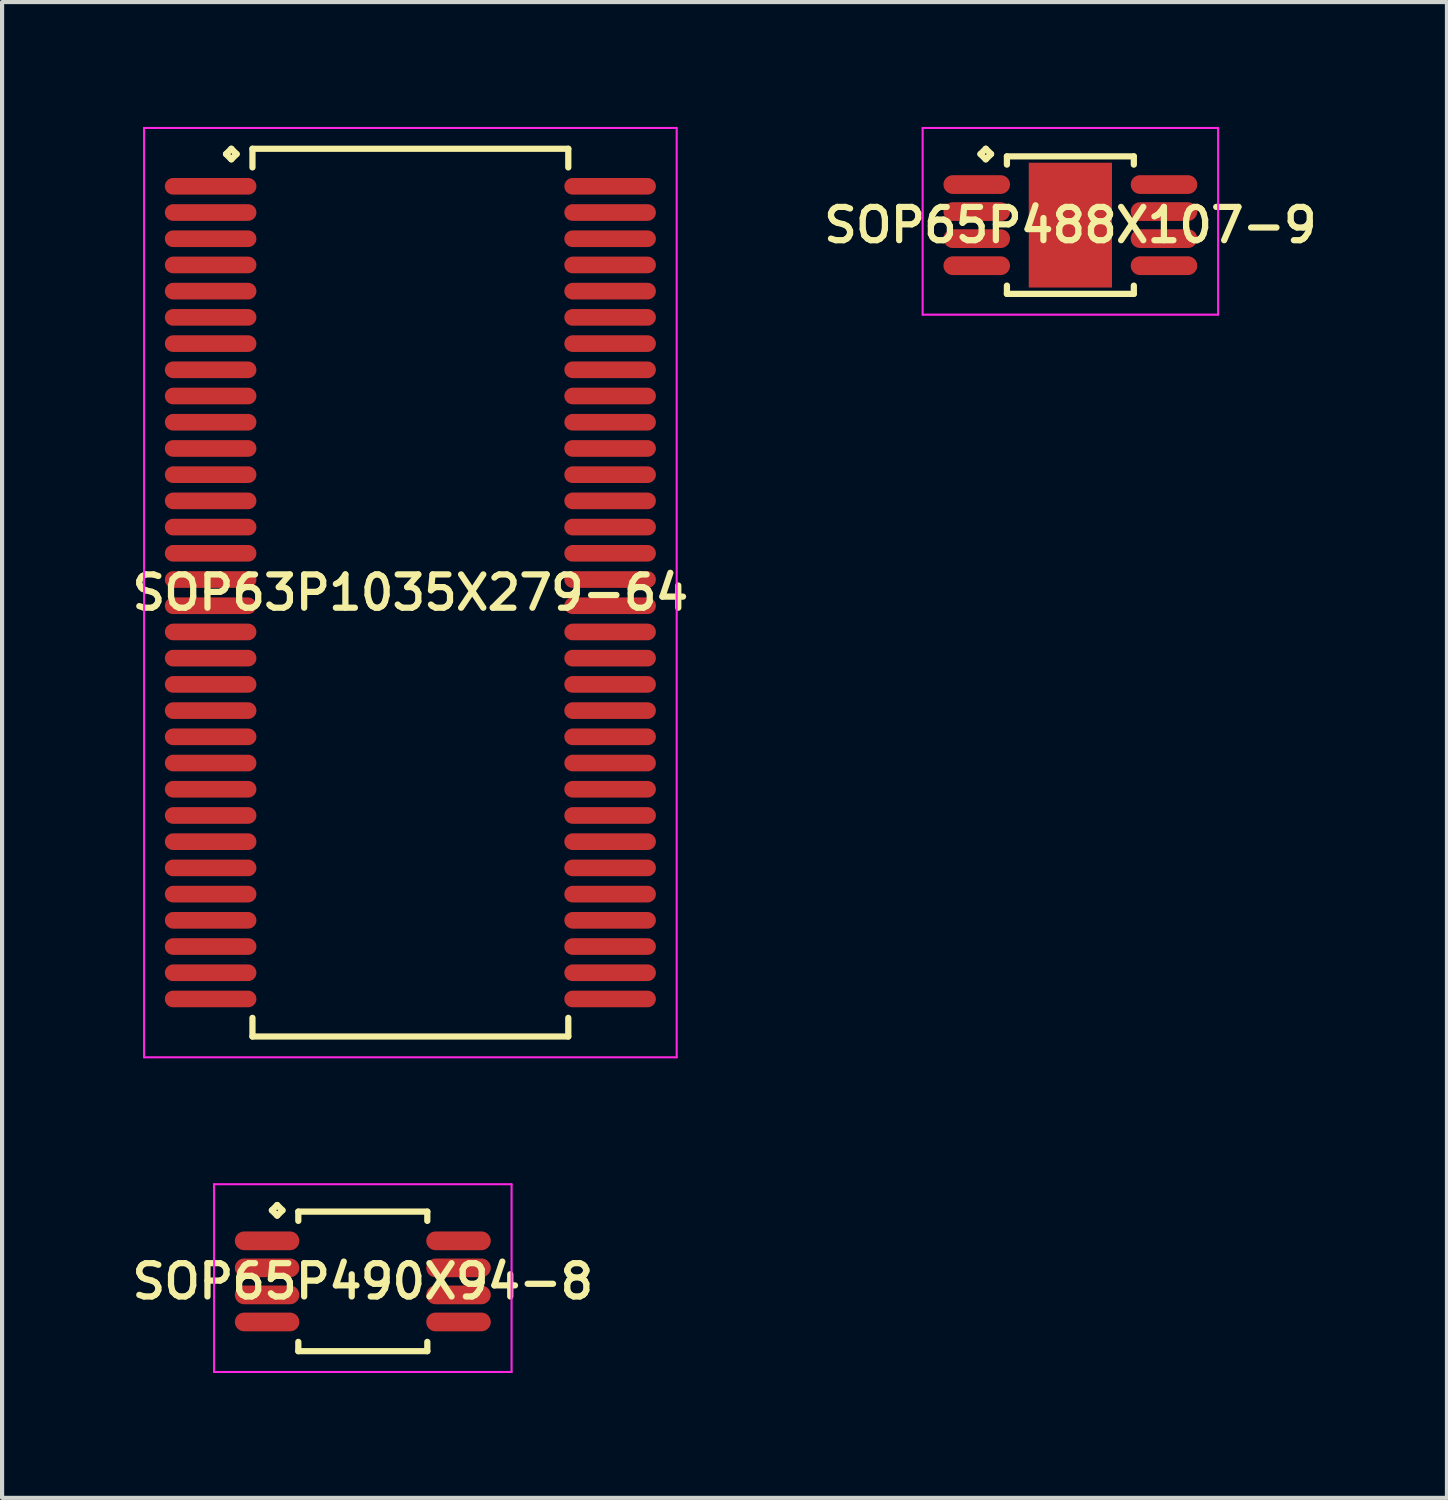
<source format=kicad_pcb>
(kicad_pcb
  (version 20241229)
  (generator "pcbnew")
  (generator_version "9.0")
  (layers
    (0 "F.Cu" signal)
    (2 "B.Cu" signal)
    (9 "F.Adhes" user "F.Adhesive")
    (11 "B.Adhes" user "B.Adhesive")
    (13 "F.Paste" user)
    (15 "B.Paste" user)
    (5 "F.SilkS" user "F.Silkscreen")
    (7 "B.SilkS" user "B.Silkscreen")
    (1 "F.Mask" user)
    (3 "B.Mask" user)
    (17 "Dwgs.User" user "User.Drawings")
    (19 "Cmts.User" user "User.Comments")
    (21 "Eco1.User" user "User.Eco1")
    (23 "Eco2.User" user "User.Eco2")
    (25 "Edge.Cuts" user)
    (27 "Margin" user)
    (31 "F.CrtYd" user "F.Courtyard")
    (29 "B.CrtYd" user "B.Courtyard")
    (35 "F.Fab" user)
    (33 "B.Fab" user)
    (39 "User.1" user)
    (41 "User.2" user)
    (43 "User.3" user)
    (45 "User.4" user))
  (footprint "SOP65P490X94-8"
    (layer "F.Cu")
    (at 5.669 27.744)
    (property "Reference" "SOP65P490X94-8" (at 0 0 0) (layer "F.SilkS") (effects (font (size 0.8 0.8) (thickness 0.15))))
    (attr smd)
    (fp_line (start -2.185 -1.708) (end -2.058 -1.835) (stroke (width 0.15) (type solid)) (layer "F.SilkS"))
    (fp_line (start -2.058 -1.835) (end -1.931 -1.708) (stroke (width 0.15) (type solid)) (layer "F.SilkS"))
    (fp_line (start -2.058 -1.581) (end -2.185 -1.708) (stroke (width 0.15) (type solid)) (layer "F.SilkS"))
    (fp_line (start -1.931 -1.708) (end -2.058 -1.581) (stroke (width 0.15) (type solid)) (layer "F.SilkS"))
    (fp_line (start -1.55 -1.677) (end 1.55 -1.677) (stroke (width 0.15) (type solid)) (layer "F.SilkS"))
    (fp_line (start -1.55 -1.454) (end -1.55 -1.677) (stroke (width 0.15) (type solid)) (layer "F.SilkS"))
    (fp_line (start -1.55 1.454) (end -1.55 1.677) (stroke (width 0.15) (type solid)) (layer "F.SilkS"))
    (fp_line (start -1.55 1.677) (end 1.55 1.677) (stroke (width 0.15) (type solid)) (layer "F.SilkS"))
    (fp_line (start 1.55 -1.677) (end 1.55 -1.454) (stroke (width 0.15) (type solid)) (layer "F.SilkS"))
    (fp_line (start 1.55 1.677) (end 1.55 1.454) (stroke (width 0.15) (type solid)) (layer "F.SilkS"))
    (fp_line (start -3.575 -2.335) (end 3.575 -2.335) (stroke (width 0.05) (type solid)) (layer "F.CrtYd"))
    (fp_line (start -3.575 2.177) (end -3.575 -2.335) (stroke (width 0.05) (type solid)) (layer "F.CrtYd"))
    (fp_line (start 3.575 -2.335) (end 3.575 2.177) (stroke (width 0.05) (type solid)) (layer "F.CrtYd"))
    (fp_line (start 3.575 2.177) (end -3.575 2.177) (stroke (width 0.05) (type solid)) (layer "F.CrtYd"))
    (pad "1" smd oval (at -2.3 -0.975) (size 1.55 0.45) (layers "F.Cu" "F.Mask" "F.Paste"))
    (pad "2" smd oval (at -2.3 -0.325) (size 1.55 0.45) (layers "F.Cu" "F.Mask" "F.Paste"))
    (pad "3" smd oval (at -2.3 0.325) (size 1.55 0.45) (layers "F.Cu" "F.Mask" "F.Paste"))
    (pad "4" smd oval (at -2.3 0.975) (size 1.55 0.45) (layers "F.Cu" "F.Mask" "F.Paste"))
    (pad "5" smd oval (at 2.3 0.975) (size 1.55 0.45) (layers "F.Cu" "F.Mask" "F.Paste"))
    (pad "6" smd oval (at 2.3 0.325) (size 1.55 0.45) (layers "F.Cu" "F.Mask" "F.Paste"))
    (pad "7" smd oval (at 2.3 -0.325) (size 1.55 0.45) (layers "F.Cu" "F.Mask" "F.Paste"))
    (pad "8" smd oval (at 2.3 -0.975) (size 1.55 0.45) (layers "F.Cu" "F.Mask" "F.Paste")))
  (footprint "SOP65P488X107-9"
    (layer "F.Cu")
    (at 22.673 2.36)
    (property "Reference" "SOP65P488X107-9" (at 0 0 0) (layer "F.SilkS") (effects (font (size 0.8 0.8) (thickness 0.15))))
    (attr smd)
    (fp_line (start -2.16 -1.708) (end -2.033 -1.835) (stroke (width 0.15) (type solid)) (layer "F.SilkS"))
    (fp_line (start -2.033 -1.835) (end -1.906 -1.708) (stroke (width 0.15) (type solid)) (layer "F.SilkS"))
    (fp_line (start -2.033 -1.581) (end -2.16 -1.708) (stroke (width 0.15) (type solid)) (layer "F.SilkS"))
    (fp_line (start -1.906 -1.708) (end -2.033 -1.581) (stroke (width 0.15) (type solid)) (layer "F.SilkS"))
    (fp_line (start -1.525 -1.652) (end 1.525 -1.652) (stroke (width 0.15) (type solid)) (layer "F.SilkS"))
    (fp_line (start -1.525 -1.454) (end -1.525 -1.652) (stroke (width 0.15) (type solid)) (layer "F.SilkS"))
    (fp_line (start -1.525 1.454) (end -1.525 1.652) (stroke (width 0.15) (type solid)) (layer "F.SilkS"))
    (fp_line (start -1.525 1.652) (end 1.525 1.652) (stroke (width 0.15) (type solid)) (layer "F.SilkS"))
    (fp_line (start 1.525 -1.652) (end 1.525 -1.454) (stroke (width 0.15) (type solid)) (layer "F.SilkS"))
    (fp_line (start 1.525 1.652) (end 1.525 1.454) (stroke (width 0.15) (type solid)) (layer "F.SilkS"))
    (fp_line (start -3.55 -2.335) (end 3.55 -2.335) (stroke (width 0.05) (type solid)) (layer "F.CrtYd"))
    (fp_line (start -3.55 2.152) (end -3.55 -2.335) (stroke (width 0.05) (type solid)) (layer "F.CrtYd"))
    (fp_line (start 3.55 -2.335) (end 3.55 2.152) (stroke (width 0.05) (type solid)) (layer "F.CrtYd"))
    (fp_line (start 3.55 2.152) (end -3.55 2.152) (stroke (width 0.05) (type solid)) (layer "F.CrtYd"))
    (pad "1" smd oval (at -2.25 -0.975) (size 1.6 0.45) (layers "F.Cu" "F.Mask" "F.Paste"))
    (pad "2" smd oval (at -2.25 -0.325) (size 1.6 0.45) (layers "F.Cu" "F.Mask" "F.Paste"))
    (pad "3" smd oval (at -2.25 0.325) (size 1.6 0.45) (layers "F.Cu" "F.Mask" "F.Paste"))
    (pad "4" smd oval (at -2.25 0.975) (size 1.6 0.45) (layers "F.Cu" "F.Mask" "F.Paste"))
    (pad "5" smd oval (at 2.25 0.975) (size 1.6 0.45) (layers "F.Cu" "F.Mask" "F.Paste"))
    (pad "6" smd oval (at 2.25 0.325) (size 1.6 0.45) (layers "F.Cu" "F.Mask" "F.Paste"))
    (pad "7" smd oval (at 2.25 -0.325) (size 1.6 0.45) (layers "F.Cu" "F.Mask" "F.Paste"))
    (pad "8" smd oval (at 2.25 -0.975) (size 1.6 0.45) (layers "F.Cu" "F.Mask" "F.Paste"))
    (pad "9" smd rect (at 0 0) (size 2 3) (layers "F.Cu" "F.Mask" "F.Paste")))
  (footprint "SOP63P1035X279-64"
    (layer "F.Cu")
    (at 6.812 11.192)
    (property "Reference" "SOP63P1035X279-64" (at 0 0 0) (layer "F.SilkS") (effects (font (size 0.8 0.8) (thickness 0.15))))
    (attr smd)
    (fp_line (start -4.43 -10.54) (end -4.303 -10.667) (stroke (width 0.15) (type solid)) (layer "F.SilkS"))
    (fp_line (start -4.303 -10.667) (end -4.176 -10.54) (stroke (width 0.15) (type solid)) (layer "F.SilkS"))
    (fp_line (start -4.303 -10.413) (end -4.43 -10.54) (stroke (width 0.15) (type solid)) (layer "F.SilkS"))
    (fp_line (start -4.176 -10.54) (end -4.303 -10.413) (stroke (width 0.15) (type solid)) (layer "F.SilkS"))
    (fp_line (start -3.795 -10.667) (end 3.795 -10.667) (stroke (width 0.15) (type solid)) (layer "F.SilkS"))
    (fp_line (start -3.795 -10.219) (end -3.795 -10.667) (stroke (width 0.15) (type solid)) (layer "F.SilkS"))
    (fp_line (start -3.795 10.219) (end -3.795 10.667) (stroke (width 0.15) (type solid)) (layer "F.SilkS"))
    (fp_line (start -3.795 10.667) (end 3.795 10.667) (stroke (width 0.15) (type solid)) (layer "F.SilkS"))
    (fp_line (start 3.795 -10.667) (end 3.795 -10.219) (stroke (width 0.15) (type solid)) (layer "F.SilkS"))
    (fp_line (start 3.795 10.667) (end 3.795 10.219) (stroke (width 0.15) (type solid)) (layer "F.SilkS"))
    (fp_line (start -6.4 -11.167) (end 6.4 -11.167) (stroke (width 0.05) (type solid)) (layer "F.CrtYd"))
    (fp_line (start -6.4 11.167) (end -6.4 -11.167) (stroke (width 0.05) (type solid)) (layer "F.CrtYd"))
    (fp_line (start 6.4 -11.167) (end 6.4 11.167) (stroke (width 0.05) (type solid)) (layer "F.CrtYd"))
    (fp_line (start 6.4 11.167) (end -6.4 11.167) (stroke (width 0.05) (type solid)) (layer "F.CrtYd"))
    (pad "1" smd oval (at -4.8 -9.765) (size 2.2 0.4) (layers "F.Cu" "F.Mask" "F.Paste"))
    (pad "2" smd oval (at -4.8 -9.135) (size 2.2 0.4) (layers "F.Cu" "F.Mask" "F.Paste"))
    (pad "3" smd oval (at -4.8 -8.505) (size 2.2 0.4) (layers "F.Cu" "F.Mask" "F.Paste"))
    (pad "4" smd oval (at -4.8 -7.875) (size 2.2 0.4) (layers "F.Cu" "F.Mask" "F.Paste"))
    (pad "5" smd oval (at -4.8 -7.245) (size 2.2 0.4) (layers "F.Cu" "F.Mask" "F.Paste"))
    (pad "6" smd oval (at -4.8 -6.615) (size 2.2 0.4) (layers "F.Cu" "F.Mask" "F.Paste"))
    (pad "7" smd oval (at -4.8 -5.985) (size 2.2 0.4) (layers "F.Cu" "F.Mask" "F.Paste"))
    (pad "8" smd oval (at -4.8 -5.355) (size 2.2 0.4) (layers "F.Cu" "F.Mask" "F.Paste"))
    (pad "9" smd oval (at -4.8 -4.725) (size 2.2 0.4) (layers "F.Cu" "F.Mask" "F.Paste"))
    (pad "10" smd oval (at -4.8 -4.095) (size 2.2 0.4) (layers "F.Cu" "F.Mask" "F.Paste"))
    (pad "11" smd oval (at -4.8 -3.465) (size 2.2 0.4) (layers "F.Cu" "F.Mask" "F.Paste"))
    (pad "12" smd oval (at -4.8 -2.835) (size 2.2 0.4) (layers "F.Cu" "F.Mask" "F.Paste"))
    (pad "13" smd oval (at -4.8 -2.205) (size 2.2 0.4) (layers "F.Cu" "F.Mask" "F.Paste"))
    (pad "14" smd oval (at -4.8 -1.575) (size 2.2 0.4) (layers "F.Cu" "F.Mask" "F.Paste"))
    (pad "15" smd oval (at -4.8 -0.945) (size 2.2 0.4) (layers "F.Cu" "F.Mask" "F.Paste"))
    (pad "16" smd oval (at -4.8 -0.315) (size 2.2 0.4) (layers "F.Cu" "F.Mask" "F.Paste"))
    (pad "17" smd oval (at -4.8 0.315) (size 2.2 0.4) (layers "F.Cu" "F.Mask" "F.Paste"))
    (pad "18" smd oval (at -4.8 0.945) (size 2.2 0.4) (layers "F.Cu" "F.Mask" "F.Paste"))
    (pad "19" smd oval (at -4.8 1.575) (size 2.2 0.4) (layers "F.Cu" "F.Mask" "F.Paste"))
    (pad "20" smd oval (at -4.8 2.205) (size 2.2 0.4) (layers "F.Cu" "F.Mask" "F.Paste"))
    (pad "21" smd oval (at -4.8 2.835) (size 2.2 0.4) (layers "F.Cu" "F.Mask" "F.Paste"))
    (pad "22" smd oval (at -4.8 3.465) (size 2.2 0.4) (layers "F.Cu" "F.Mask" "F.Paste"))
    (pad "23" smd oval (at -4.8 4.095) (size 2.2 0.4) (layers "F.Cu" "F.Mask" "F.Paste"))
    (pad "24" smd oval (at -4.8 4.725) (size 2.2 0.4) (layers "F.Cu" "F.Mask" "F.Paste"))
    (pad "25" smd oval (at -4.8 5.355) (size 2.2 0.4) (layers "F.Cu" "F.Mask" "F.Paste"))
    (pad "26" smd oval (at -4.8 5.985) (size 2.2 0.4) (layers "F.Cu" "F.Mask" "F.Paste"))
    (pad "27" smd oval (at -4.8 6.615) (size 2.2 0.4) (layers "F.Cu" "F.Mask" "F.Paste"))
    (pad "28" smd oval (at -4.8 7.245) (size 2.2 0.4) (layers "F.Cu" "F.Mask" "F.Paste"))
    (pad "29" smd oval (at -4.8 7.875) (size 2.2 0.4) (layers "F.Cu" "F.Mask" "F.Paste"))
    (pad "30" smd oval (at -4.8 8.505) (size 2.2 0.4) (layers "F.Cu" "F.Mask" "F.Paste"))
    (pad "31" smd oval (at -4.8 9.135) (size 2.2 0.4) (layers "F.Cu" "F.Mask" "F.Paste"))
    (pad "32" smd oval (at -4.8 9.765) (size 2.2 0.4) (layers "F.Cu" "F.Mask" "F.Paste"))
    (pad "33" smd oval (at 4.8 9.765) (size 2.2 0.4) (layers "F.Cu" "F.Mask" "F.Paste"))
    (pad "34" smd oval (at 4.8 9.135) (size 2.2 0.4) (layers "F.Cu" "F.Mask" "F.Paste"))
    (pad "35" smd oval (at 4.8 8.505) (size 2.2 0.4) (layers "F.Cu" "F.Mask" "F.Paste"))
    (pad "36" smd oval (at 4.8 7.875) (size 2.2 0.4) (layers "F.Cu" "F.Mask" "F.Paste"))
    (pad "37" smd oval (at 4.8 7.245) (size 2.2 0.4) (layers "F.Cu" "F.Mask" "F.Paste"))
    (pad "38" smd oval (at 4.8 6.615) (size 2.2 0.4) (layers "F.Cu" "F.Mask" "F.Paste"))
    (pad "39" smd oval (at 4.8 5.985) (size 2.2 0.4) (layers "F.Cu" "F.Mask" "F.Paste"))
    (pad "40" smd oval (at 4.8 5.355) (size 2.2 0.4) (layers "F.Cu" "F.Mask" "F.Paste"))
    (pad "41" smd oval (at 4.8 4.725) (size 2.2 0.4) (layers "F.Cu" "F.Mask" "F.Paste"))
    (pad "42" smd oval (at 4.8 4.095) (size 2.2 0.4) (layers "F.Cu" "F.Mask" "F.Paste"))
    (pad "43" smd oval (at 4.8 3.465) (size 2.2 0.4) (layers "F.Cu" "F.Mask" "F.Paste"))
    (pad "44" smd oval (at 4.8 2.835) (size 2.2 0.4) (layers "F.Cu" "F.Mask" "F.Paste"))
    (pad "45" smd oval (at 4.8 2.205) (size 2.2 0.4) (layers "F.Cu" "F.Mask" "F.Paste"))
    (pad "46" smd oval (at 4.8 1.575) (size 2.2 0.4) (layers "F.Cu" "F.Mask" "F.Paste"))
    (pad "47" smd oval (at 4.8 0.945) (size 2.2 0.4) (layers "F.Cu" "F.Mask" "F.Paste"))
    (pad "48" smd oval (at 4.8 0.315) (size 2.2 0.4) (layers "F.Cu" "F.Mask" "F.Paste"))
    (pad "49" smd oval (at 4.8 -0.315) (size 2.2 0.4) (layers "F.Cu" "F.Mask" "F.Paste"))
    (pad "50" smd oval (at 4.8 -0.945) (size 2.2 0.4) (layers "F.Cu" "F.Mask" "F.Paste"))
    (pad "51" smd oval (at 4.8 -1.575) (size 2.2 0.4) (layers "F.Cu" "F.Mask" "F.Paste"))
    (pad "52" smd oval (at 4.8 -2.205) (size 2.2 0.4) (layers "F.Cu" "F.Mask" "F.Paste"))
    (pad "53" smd oval (at 4.8 -2.835) (size 2.2 0.4) (layers "F.Cu" "F.Mask" "F.Paste"))
    (pad "54" smd oval (at 4.8 -3.465) (size 2.2 0.4) (layers "F.Cu" "F.Mask" "F.Paste"))
    (pad "55" smd oval (at 4.8 -4.095) (size 2.2 0.4) (layers "F.Cu" "F.Mask" "F.Paste"))
    (pad "56" smd oval (at 4.8 -4.725) (size 2.2 0.4) (layers "F.Cu" "F.Mask" "F.Paste"))
    (pad "57" smd oval (at 4.8 -5.355) (size 2.2 0.4) (layers "F.Cu" "F.Mask" "F.Paste"))
    (pad "58" smd oval (at 4.8 -5.985) (size 2.2 0.4) (layers "F.Cu" "F.Mask" "F.Paste"))
    (pad "59" smd oval (at 4.8 -6.615) (size 2.2 0.4) (layers "F.Cu" "F.Mask" "F.Paste"))
    (pad "60" smd oval (at 4.8 -7.245) (size 2.2 0.4) (layers "F.Cu" "F.Mask" "F.Paste"))
    (pad "61" smd oval (at 4.8 -7.875) (size 2.2 0.4) (layers "F.Cu" "F.Mask" "F.Paste"))
    (pad "62" smd oval (at 4.8 -8.505) (size 2.2 0.4) (layers "F.Cu" "F.Mask" "F.Paste"))
    (pad "63" smd oval (at 4.8 -9.135) (size 2.2 0.4) (layers "F.Cu" "F.Mask" "F.Paste"))
    (pad "64" smd oval (at 4.8 -9.765) (size 2.2 0.4) (layers "F.Cu" "F.Mask" "F.Paste")))
  (gr_rect
    (start -3 -3)
    (end 31.723 32.946)
    (stroke (width 0.1) (type default))
    (fill no)
    (layer "Edge.Cuts")))
</source>
